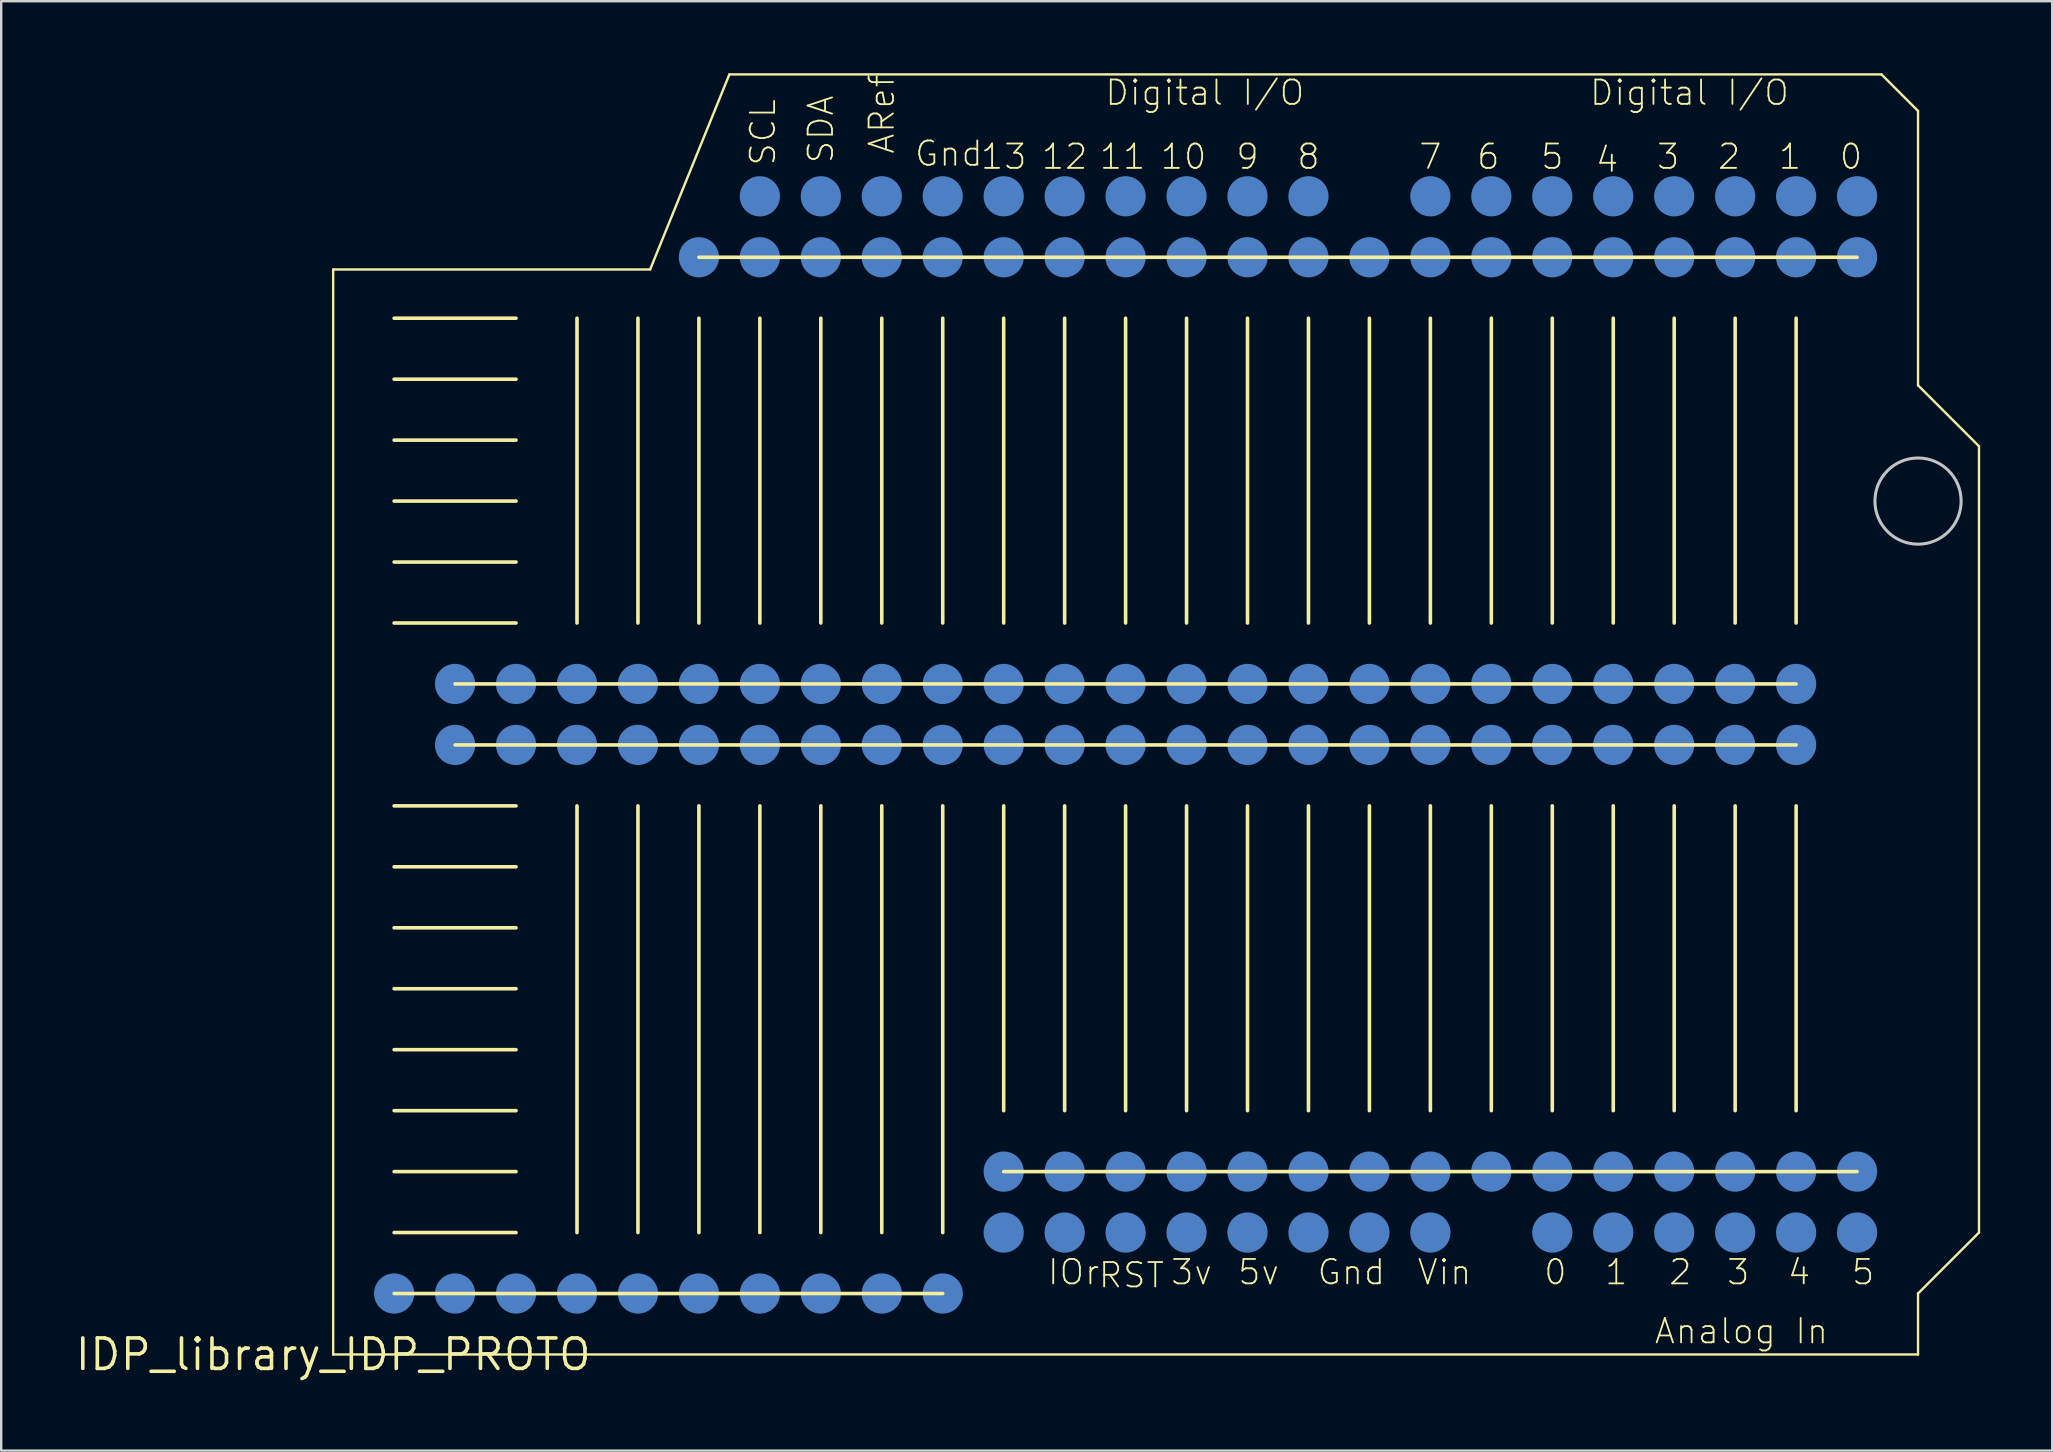
<source format=kicad_pcb>
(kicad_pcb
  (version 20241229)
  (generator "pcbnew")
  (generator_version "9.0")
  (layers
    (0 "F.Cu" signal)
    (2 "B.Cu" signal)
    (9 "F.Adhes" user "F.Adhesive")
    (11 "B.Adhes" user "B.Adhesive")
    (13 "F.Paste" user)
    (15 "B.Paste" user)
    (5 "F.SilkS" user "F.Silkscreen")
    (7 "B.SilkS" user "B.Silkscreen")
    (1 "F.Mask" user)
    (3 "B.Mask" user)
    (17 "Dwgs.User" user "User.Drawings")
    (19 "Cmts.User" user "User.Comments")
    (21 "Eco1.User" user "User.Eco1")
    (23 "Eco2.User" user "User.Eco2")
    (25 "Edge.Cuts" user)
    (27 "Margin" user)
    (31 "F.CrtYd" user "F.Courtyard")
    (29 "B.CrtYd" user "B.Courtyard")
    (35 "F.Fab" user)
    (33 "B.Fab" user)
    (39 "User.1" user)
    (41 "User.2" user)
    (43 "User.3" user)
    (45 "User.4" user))
  (footprint "IDP_library_IDP_PROTO"
    (layer "F.Cu")
    (at 10.833 53.39)
    (property "Reference" "IDP_library_IDP_PROTO" (at 0 0 0) (layer "F.SilkS") (effects (font (size 1.27 1.27) (thickness 0.15))))
    (attr smd)
    (fp_line (start 0 -45.212) (end 0 0) (stroke (width 0.1) (type solid)) (layer "F.SilkS"))
    (fp_line (start 0 0) (end 66.04 0) (stroke (width 0.1) (type solid)) (layer "F.SilkS"))
    (fp_line (start 2.54 -43.18) (end 7.62 -43.18) (stroke (width 0.15) (type solid)) (layer "F.SilkS"))
    (fp_line (start 2.54 -40.64) (end 7.62 -40.64) (stroke (width 0.15) (type solid)) (layer "F.SilkS"))
    (fp_line (start 2.54 -38.1) (end 7.62 -38.1) (stroke (width 0.15) (type solid)) (layer "F.SilkS"))
    (fp_line (start 2.54 -35.56) (end 7.62 -35.56) (stroke (width 0.15) (type solid)) (layer "F.SilkS"))
    (fp_line (start 2.54 -33.02) (end 7.62 -33.02) (stroke (width 0.15) (type solid)) (layer "F.SilkS"))
    (fp_line (start 2.54 -30.48) (end 7.62 -30.48) (stroke (width 0.15) (type solid)) (layer "F.SilkS"))
    (fp_line (start 2.54 -22.86) (end 7.62 -22.86) (stroke (width 0.15) (type solid)) (layer "F.SilkS"))
    (fp_line (start 2.54 -20.32) (end 7.62 -20.32) (stroke (width 0.15) (type solid)) (layer "F.SilkS"))
    (fp_line (start 2.54 -17.78) (end 7.62 -17.78) (stroke (width 0.15) (type solid)) (layer "F.SilkS"))
    (fp_line (start 2.54 -15.24) (end 7.62 -15.24) (stroke (width 0.15) (type solid)) (layer "F.SilkS"))
    (fp_line (start 2.54 -12.7) (end 7.62 -12.7) (stroke (width 0.15) (type solid)) (layer "F.SilkS"))
    (fp_line (start 2.54 -10.16) (end 7.62 -10.16) (stroke (width 0.15) (type solid)) (layer "F.SilkS"))
    (fp_line (start 2.54 -7.62) (end 7.62 -7.62) (stroke (width 0.15) (type solid)) (layer "F.SilkS"))
    (fp_line (start 2.54 -5.08) (end 7.62 -5.08) (stroke (width 0.15) (type solid)) (layer "F.SilkS"))
    (fp_line (start 5.08 -25.4) (end 60.96 -25.4) (stroke (width 0.15) (type solid)) (layer "F.SilkS"))
    (fp_line (start 10.16 -43.18) (end 10.16 -30.48) (stroke (width 0.15) (type solid)) (layer "F.SilkS"))
    (fp_line (start 10.16 -22.86) (end 10.16 -5.08) (stroke (width 0.15) (type solid)) (layer "F.SilkS"))
    (fp_line (start 12.7 -43.18) (end 12.7 -30.48) (stroke (width 0.15) (type solid)) (layer "F.SilkS"))
    (fp_line (start 12.7 -22.86) (end 12.7 -5.08) (stroke (width 0.15) (type solid)) (layer "F.SilkS"))
    (fp_line (start 13.208 -45.212) (end 0 -45.212) (stroke (width 0.1) (type solid)) (layer "F.SilkS"))
    (fp_line (start 15.24 -45.72) (end 63.5 -45.72) (stroke (width 0.15) (type solid)) (layer "F.SilkS"))
    (fp_line (start 15.24 -43.18) (end 15.24 -30.48) (stroke (width 0.15) (type solid)) (layer "F.SilkS"))
    (fp_line (start 15.24 -22.86) (end 15.24 -5.08) (stroke (width 0.15) (type solid)) (layer "F.SilkS"))
    (fp_line (start 16.51 -53.34) (end 13.208 -45.212) (stroke (width 0.1) (type solid)) (layer "F.SilkS"))
    (fp_line (start 17.78 -43.18) (end 17.78 -30.48) (stroke (width 0.15) (type solid)) (layer "F.SilkS"))
    (fp_line (start 17.78 -22.86) (end 17.78 -5.08) (stroke (width 0.15) (type solid)) (layer "F.SilkS"))
    (fp_line (start 20.32 -43.18) (end 20.32 -30.48) (stroke (width 0.15) (type solid)) (layer "F.SilkS"))
    (fp_line (start 20.32 -22.86) (end 20.32 -5.08) (stroke (width 0.15) (type solid)) (layer "F.SilkS"))
    (fp_line (start 22.86 -43.18) (end 22.86 -30.48) (stroke (width 0.15) (type solid)) (layer "F.SilkS"))
    (fp_line (start 22.86 -22.86) (end 22.86 -5.08) (stroke (width 0.15) (type solid)) (layer "F.SilkS"))
    (fp_line (start 25.4 -43.18) (end 25.4 -30.48) (stroke (width 0.15) (type solid)) (layer "F.SilkS"))
    (fp_line (start 25.4 -22.86) (end 25.4 -5.08) (stroke (width 0.15) (type solid)) (layer "F.SilkS"))
    (fp_line (start 25.4 -2.54) (end 2.54 -2.54) (stroke (width 0.15) (type solid)) (layer "F.SilkS"))
    (fp_line (start 27.94 -43.18) (end 27.94 -30.48) (stroke (width 0.15) (type solid)) (layer "F.SilkS"))
    (fp_line (start 27.94 -22.86) (end 27.94 -10.16) (stroke (width 0.15) (type solid)) (layer "F.SilkS"))
    (fp_line (start 27.94 -7.62) (end 63.5 -7.62) (stroke (width 0.15) (type solid)) (layer "F.SilkS"))
    (fp_line (start 30.48 -43.18) (end 30.48 -30.48) (stroke (width 0.15) (type solid)) (layer "F.SilkS"))
    (fp_line (start 30.48 -22.86) (end 30.48 -10.16) (stroke (width 0.15) (type solid)) (layer "F.SilkS"))
    (fp_line (start 33.02 -43.18) (end 33.02 -30.48) (stroke (width 0.15) (type solid)) (layer "F.SilkS"))
    (fp_line (start 33.02 -22.86) (end 33.02 -10.16) (stroke (width 0.15) (type solid)) (layer "F.SilkS"))
    (fp_line (start 35.56 -43.18) (end 35.56 -30.48) (stroke (width 0.15) (type solid)) (layer "F.SilkS"))
    (fp_line (start 35.56 -22.86) (end 35.56 -10.16) (stroke (width 0.15) (type solid)) (layer "F.SilkS"))
    (fp_line (start 38.1 -43.18) (end 38.1 -30.48) (stroke (width 0.15) (type solid)) (layer "F.SilkS"))
    (fp_line (start 38.1 -22.86) (end 38.1 -10.16) (stroke (width 0.15) (type solid)) (layer "F.SilkS"))
    (fp_line (start 40.64 -43.18) (end 40.64 -30.48) (stroke (width 0.15) (type solid)) (layer "F.SilkS"))
    (fp_line (start 40.64 -22.86) (end 40.64 -10.16) (stroke (width 0.15) (type solid)) (layer "F.SilkS"))
    (fp_line (start 43.18 -43.18) (end 43.18 -30.48) (stroke (width 0.15) (type solid)) (layer "F.SilkS"))
    (fp_line (start 43.18 -22.86) (end 43.18 -10.16) (stroke (width 0.15) (type solid)) (layer "F.SilkS"))
    (fp_line (start 45.72 -43.18) (end 45.72 -30.48) (stroke (width 0.15) (type solid)) (layer "F.SilkS"))
    (fp_line (start 45.72 -22.86) (end 45.72 -10.16) (stroke (width 0.15) (type solid)) (layer "F.SilkS"))
    (fp_line (start 48.26 -43.18) (end 48.26 -30.48) (stroke (width 0.15) (type solid)) (layer "F.SilkS"))
    (fp_line (start 48.26 -22.86) (end 48.26 -10.16) (stroke (width 0.15) (type solid)) (layer "F.SilkS"))
    (fp_line (start 50.8 -43.18) (end 50.8 -30.48) (stroke (width 0.15) (type solid)) (layer "F.SilkS"))
    (fp_line (start 50.8 -22.86) (end 50.8 -10.16) (stroke (width 0.15) (type solid)) (layer "F.SilkS"))
    (fp_line (start 53.34 -43.18) (end 53.34 -30.48) (stroke (width 0.15) (type solid)) (layer "F.SilkS"))
    (fp_line (start 53.34 -22.86) (end 53.34 -10.16) (stroke (width 0.15) (type solid)) (layer "F.SilkS"))
    (fp_line (start 55.88 -43.18) (end 55.88 -30.48) (stroke (width 0.15) (type solid)) (layer "F.SilkS"))
    (fp_line (start 55.88 -22.86) (end 55.88 -10.16) (stroke (width 0.15) (type solid)) (layer "F.SilkS"))
    (fp_line (start 58.42 -43.18) (end 58.42 -30.48) (stroke (width 0.15) (type solid)) (layer "F.SilkS"))
    (fp_line (start 58.42 -22.86) (end 58.42 -10.16) (stroke (width 0.15) (type solid)) (layer "F.SilkS"))
    (fp_line (start 60.96 -43.18) (end 60.96 -30.48) (stroke (width 0.15) (type solid)) (layer "F.SilkS"))
    (fp_line (start 60.96 -27.94) (end 5.08 -27.94) (stroke (width 0.15) (type solid)) (layer "F.SilkS"))
    (fp_line (start 60.96 -22.86) (end 60.96 -10.16) (stroke (width 0.15) (type solid)) (layer "F.SilkS"))
    (fp_line (start 64.516 -53.34) (end 16.51 -53.34) (stroke (width 0.1) (type solid)) (layer "F.SilkS"))
    (fp_line (start 66.04 -51.816) (end 64.516 -53.34) (stroke (width 0.1) (type solid)) (layer "F.SilkS"))
    (fp_line (start 66.04 -40.386) (end 66.04 -51.816) (stroke (width 0.1) (type solid)) (layer "F.SilkS"))
    (fp_line (start 66.04 -2.54) (end 68.58 -5.08) (stroke (width 0.1) (type solid)) (layer "F.SilkS"))
    (fp_line (start 66.04 0) (end 66.04 -2.54) (stroke (width 0.1) (type solid)) (layer "F.SilkS"))
    (fp_line (start 68.58 -37.846) (end 66.04 -40.386) (stroke (width 0.1) (type solid)) (layer "F.SilkS"))
    (fp_line (start 68.58 -5.08) (end 68.58 -37.846) (stroke (width 0.1) (type solid)) (layer "F.SilkS"))
    (fp_circle (center 66.04 -35.56) (end 66.04 -37.356) (stroke (width 0.127) (type solid)) (fill no) (layer "Dwgs.User"))
    (fp_text user "SDA" (at 20.32 -51.051 90) (layer "F.SilkS") (effects (font (size 1.016 1.016) (thickness 0.076))))
    (fp_text user "3" (at 58.547 -3.429 0) (layer "F.SilkS") (effects (font (size 1.016 1.016) (thickness 0.076))))
    (fp_text user "5" (at 50.8 -49.911 180) (layer "F.SilkS") (effects (font (size 1.016 1.016) (thickness 0.076))))
    (fp_text user "10" (at 35.433 -49.911 180) (layer "F.SilkS") (effects (font (size 1.016 1.016) (thickness 0.076))))
    (fp_text user "5v" (at 38.562 -3.429 0) (layer "F.SilkS") (effects (font (size 1.016 1.016) (thickness 0.076))))
    (fp_text user "11" (at 32.893 -49.911 180) (layer "F.SilkS") (effects (font (size 1.016 1.016) (thickness 0.076))))
    (fp_text user "1" (at 60.706 -49.911 180) (layer "F.SilkS") (effects (font (size 1.016 1.016) (thickness 0.076))))
    (fp_text user "2" (at 56.134 -3.429 0) (layer "F.SilkS") (effects (font (size 1.016 1.016) (thickness 0.076))))
    (fp_text user "Gnd" (at 42.426 -3.429 0) (layer "F.SilkS") (effects (font (size 1.016 1.016) (thickness 0.076))))
    (fp_text user "13" (at 27.94 -49.911 180) (layer "F.SilkS") (effects (font (size 1.016 1.016) (thickness 0.076))))
    (fp_text user "4" (at 53.086 -49.784 180) (layer "F.SilkS") (effects (font (size 1.016 1.016) (thickness 0.076))))
    (fp_text user "5" (at 63.751 -3.429 0) (layer "F.SilkS") (effects (font (size 1.016 1.016) (thickness 0.076))))
    (fp_text user "3v" (at 35.768 -3.429 0) (layer "F.SilkS") (effects (font (size 1.016 1.016) (thickness 0.076))))
    (fp_text user "6" (at 48.133 -49.911 180) (layer "F.SilkS") (effects (font (size 1.016 1.016) (thickness 0.076))))
    (fp_text user "Gnd" (at 25.654 -50.038 0) (layer "F.SilkS") (effects (font (size 1.016 1.016) (thickness 0.076))))
    (fp_text user "0" (at 63.246 -49.911 180) (layer "F.SilkS") (effects (font (size 1.016 1.016) (thickness 0.076))))
    (fp_text user "Digital I/O" (at 36.322 -52.578 0) (layer "F.SilkS") (effects (font (size 1.016 1.016) (thickness 0.076))))
    (fp_text user "IOr" (at 30.851 -3.429 0) (layer "F.SilkS") (effects (font (size 1.016 1.016) (thickness 0.076))))
    (fp_text user "ARef" (at 22.86 -51.689 90) (layer "F.SilkS") (effects (font (size 1.016 1.016) (thickness 0.076))))
    (fp_text user "9" (at 38.1 -49.911 180) (layer "F.SilkS") (effects (font (size 1.016 1.016) (thickness 0.076))))
    (fp_text user "4" (at 61.084 -3.429 0) (layer "F.SilkS") (effects (font (size 1.016 1.016) (thickness 0.076))))
    (fp_text user "SCL" (at 17.907 -50.927 90) (layer "F.SilkS") (effects (font (size 1.016 1.016) (thickness 0.076))))
    (fp_text user "7" (at 45.72 -49.911 180) (layer "F.SilkS") (effects (font (size 1.016 1.016) (thickness 0.076))))
    (fp_text user "12" (at 30.48 -49.911 180) (layer "F.SilkS") (effects (font (size 1.016 1.016) (thickness 0.076))))
    (fp_text user "2" (at 58.166 -49.911 180) (layer "F.SilkS") (effects (font (size 1.016 1.016) (thickness 0.076))))
    (fp_text user "Vin" (at 46.309 -3.429 0) (layer "F.SilkS") (effects (font (size 1.016 1.016) (thickness 0.076))))
    (fp_text user "1" (at 53.467 -3.429 0) (layer "F.SilkS") (effects (font (size 1.016 1.016) (thickness 0.076))))
    (fp_text user "0" (at 50.927 -3.429 0) (layer "F.SilkS") (effects (font (size 1.016 1.016) (thickness 0.076))))
    (fp_text user "Digital I/O" (at 56.515 -52.578 0) (layer "F.SilkS") (effects (font (size 1.016 1.016) (thickness 0.076))))
    (fp_text user "RST" (at 33.264 -3.302 0) (layer "F.SilkS") (effects (font (size 1.016 1.016) (thickness 0.076))))
    (fp_text user "Analog In" (at 58.682 -0.97 0) (layer "F.SilkS") (effects (font (size 1.016 1.016) (thickness 0.076))))
    (fp_text user "3" (at 55.626 -49.911 180) (layer "F.SilkS") (effects (font (size 1.016 1.016) (thickness 0.076))))
    (fp_text user "8" (at 40.64 -49.911 180) (layer "F.SilkS") (effects (font (size 1.016 1.016) (thickness 0.076))))
    (pad "3V" smd circle (at 35.56 -5.08) (size 1.676 1.676) (layers "B.Cu" "B.Mask"))
    (pad "5V" smd circle (at 38.1 -5.08) (size 1.676 1.676) (layers "B.Cu" "B.Mask"))
    (pad "5V@0" smd circle (at 15.24 -45.72) (size 1.676 1.676) (layers "B.Cu" "B.Mask"))
    (pad "5V@1" smd circle (at 17.78 -45.72) (size 1.676 1.676) (layers "B.Cu" "B.Mask"))
    (pad "5V@2" smd circle (at 20.32 -45.72) (size 1.676 1.676) (layers "B.Cu" "B.Mask"))
    (pad "5V@3" smd circle (at 22.86 -45.72) (size 1.676 1.676) (layers "B.Cu" "B.Mask"))
    (pad "5V@4" smd circle (at 25.4 -45.72) (size 1.676 1.676) (layers "B.Cu" "B.Mask"))
    (pad "5V@5" smd circle (at 27.94 -45.72) (size 1.676 1.676) (layers "B.Cu" "B.Mask"))
    (pad "5V@6" smd circle (at 30.48 -45.72) (size 1.676 1.676) (layers "B.Cu" "B.Mask"))
    (pad "5V@7" smd circle (at 33.02 -45.72) (size 1.676 1.676) (layers "B.Cu" "B.Mask"))
    (pad "5V@8" smd circle (at 35.56 -45.72) (size 1.676 1.676) (layers "B.Cu" "B.Mask"))
    (pad "5V@9" smd circle (at 38.1 -45.72) (size 1.676 1.676) (layers "B.Cu" "B.Mask"))
    (pad "5V@10" smd circle (at 40.64 -45.72) (size 1.676 1.676) (layers "B.Cu" "B.Mask"))
    (pad "5V@11" smd circle (at 43.18 -45.72) (size 1.676 1.676) (layers "B.Cu" "B.Mask"))
    (pad "5V@12" smd circle (at 45.72 -45.72) (size 1.676 1.676) (layers "B.Cu" "B.Mask"))
    (pad "5V@13" smd circle (at 48.26 -45.72) (size 1.676 1.676) (layers "B.Cu" "B.Mask"))
    (pad "5V@14" smd circle (at 50.8 -45.72) (size 1.676 1.676) (layers "B.Cu" "B.Mask"))
    (pad "5V@15" smd circle (at 53.34 -45.72) (size 1.676 1.676) (layers "B.Cu" "B.Mask"))
    (pad "5V@16" smd circle (at 55.88 -45.72) (size 1.676 1.676) (layers "B.Cu" "B.Mask"))
    (pad "5V@17" smd circle (at 58.42 -45.72) (size 1.676 1.676) (layers "B.Cu" "B.Mask"))
    (pad "5V@18" smd circle (at 5.08 -25.4) (size 1.676 1.676) (layers "B.Cu" "B.Mask"))
    (pad "5V@19" smd circle (at 7.62 -25.4) (size 1.676 1.676) (layers "B.Cu" "B.Mask"))
    (pad "5V@20" smd circle (at 10.16 -25.4) (size 1.676 1.676) (layers "B.Cu" "B.Mask"))
    (pad "5V@21" smd circle (at 12.7 -25.4) (size 1.676 1.676) (layers "B.Cu" "B.Mask"))
    (pad "5V@22" smd circle (at 15.24 -25.4) (size 1.676 1.676) (layers "B.Cu" "B.Mask"))
    (pad "5V@23" smd circle (at 17.78 -25.4) (size 1.676 1.676) (layers "B.Cu" "B.Mask"))
    (pad "5V@24" smd circle (at 20.32 -25.4) (size 1.676 1.676) (layers "B.Cu" "B.Mask"))
    (pad "5V@25" smd circle (at 22.86 -25.4) (size 1.676 1.676) (layers "B.Cu" "B.Mask"))
    (pad "5V@26" smd circle (at 25.4 -25.4) (size 1.676 1.676) (layers "B.Cu" "B.Mask"))
    (pad "5V@27" smd circle (at 27.94 -25.4) (size 1.676 1.676) (layers "B.Cu" "B.Mask"))
    (pad "5V@28" smd circle (at 30.48 -25.4) (size 1.676 1.676) (layers "B.Cu" "B.Mask"))
    (pad "5V@29" smd circle (at 33.02 -25.4) (size 1.676 1.676) (layers "B.Cu" "B.Mask"))
    (pad "5V@30" smd circle (at 35.56 -25.4) (size 1.676 1.676) (layers "B.Cu" "B.Mask"))
    (pad "5V@31" smd circle (at 38.1 -25.4) (size 1.676 1.676) (layers "B.Cu" "B.Mask"))
    (pad "5V@32" smd circle (at 40.64 -25.4) (size 1.676 1.676) (layers "B.Cu" "B.Mask"))
    (pad "5V@33" smd circle (at 43.18 -25.4) (size 1.676 1.676) (layers "B.Cu" "B.Mask"))
    (pad "5V@34" smd circle (at 45.72 -25.4) (size 1.676 1.676) (layers "B.Cu" "B.Mask"))
    (pad "5V@35" smd circle (at 48.26 -25.4) (size 1.676 1.676) (layers "B.Cu" "B.Mask"))
    (pad "5V@36" smd circle (at 50.8 -25.4) (size 1.676 1.676) (layers "B.Cu" "B.Mask"))
    (pad "5V@37" smd circle (at 53.34 -25.4) (size 1.676 1.676) (layers "B.Cu" "B.Mask"))
    (pad "5V@38" smd circle (at 55.88 -25.4) (size 1.676 1.676) (layers "B.Cu" "B.Mask"))
    (pad "5V@39" smd circle (at 58.42 -25.4) (size 1.676 1.676) (layers "B.Cu" "B.Mask"))
    (pad "5V@40" smd circle (at 60.96 -25.4) (size 1.676 1.676) (layers "B.Cu" "B.Mask"))
    (pad "5V@41" smd circle (at 60.96 -45.72) (size 1.676 1.676) (layers "B.Cu" "B.Mask"))
    (pad "5V@42" smd circle (at 63.5 -45.72) (size 1.676 1.676) (layers "B.Cu" "B.Mask"))
    (pad "A0" smd circle (at 50.8 -5.08) (size 1.676 1.676) (layers "B.Cu" "B.Mask"))
    (pad "A1" smd circle (at 53.34 -5.08) (size 1.676 1.676) (layers "B.Cu" "B.Mask"))
    (pad "A2" smd circle (at 55.88 -5.08) (size 1.676 1.676) (layers "B.Cu" "B.Mask"))
    (pad "A3" smd circle (at 58.42 -5.08) (size 1.676 1.676) (layers "B.Cu" "B.Mask"))
    (pad "A4" smd circle (at 60.96 -5.08) (size 1.676 1.676) (layers "B.Cu" "B.Mask"))
    (pad "A5" smd circle (at 63.5 -5.08) (size 1.676 1.676) (layers "B.Cu" "B.Mask"))
    (pad "AREF" smd circle (at 22.86 -48.26) (size 1.676 1.676) (layers "B.Cu" "B.Mask"))
    (pad "D0" smd circle (at 63.5 -48.26 180) (size 1.676 1.676) (layers "B.Cu" "B.Mask"))
    (pad "D1" smd circle (at 60.96 -48.26 180) (size 1.676 1.676) (layers "B.Cu" "B.Mask"))
    (pad "D2" smd circle (at 58.42 -48.26 180) (size 1.676 1.676) (layers "B.Cu" "B.Mask"))
    (pad "D3" smd circle (at 55.88 -48.26 180) (size 1.676 1.676) (layers "B.Cu" "B.Mask"))
    (pad "D4" smd circle (at 53.34 -48.26 180) (size 1.676 1.676) (layers "B.Cu" "B.Mask"))
    (pad "D5" smd circle (at 50.8 -48.26 180) (size 1.676 1.676) (layers "B.Cu" "B.Mask"))
    (pad "D6" smd circle (at 48.26 -48.26 180) (size 1.676 1.676) (layers "B.Cu" "B.Mask"))
    (pad "D7" smd circle (at 45.72 -48.26 180) (size 1.676 1.676) (layers "B.Cu" "B.Mask"))
    (pad "D8" smd circle (at 40.64 -48.26 180) (size 1.676 1.676) (layers "B.Cu" "B.Mask"))
    (pad "D9" smd circle (at 38.1 -48.26 180) (size 1.676 1.676) (layers "B.Cu" "B.Mask"))
    (pad "D10" smd circle (at 35.56 -48.26 180) (size 1.676 1.676) (layers "B.Cu" "B.Mask"))
    (pad "D11" smd circle (at 33.02 -48.26 180) (size 1.676 1.676) (layers "B.Cu" "B.Mask"))
    (pad "D12" smd circle (at 30.48 -48.26 180) (size 1.676 1.676) (layers "B.Cu" "B.Mask"))
    (pad "D13" smd circle (at 27.94 -48.26 180) (size 1.676 1.676) (layers "B.Cu" "B.Mask"))
    (pad "GND" smd circle (at 25.4 -48.26) (size 1.676 1.676) (layers "B.Cu" "B.Mask"))
    (pad "GND16" smd circle (at 2.54 -2.54) (size 1.676 1.676) (layers "B.Cu" "B.Mask"))
    (pad "GND17" smd circle (at 5.08 -2.54) (size 1.676 1.676) (layers "B.Cu" "B.Mask"))
    (pad "GND18" smd circle (at 7.62 -2.54) (size 1.676 1.676) (layers "B.Cu" "B.Mask"))
    (pad "GND19" smd circle (at 10.16 -2.54) (size 1.676 1.676) (layers "B.Cu" "B.Mask"))
    (pad "GND20" smd circle (at 12.7 -2.54) (size 1.676 1.676) (layers "B.Cu" "B.Mask"))
    (pad "GND21" smd circle (at 15.24 -2.54) (size 1.676 1.676) (layers "B.Cu" "B.Mask"))
    (pad "GND22" smd circle (at 17.78 -2.54) (size 1.676 1.676) (layers "B.Cu" "B.Mask"))
    (pad "GND23" smd circle (at 20.32 -2.54) (size 1.676 1.676) (layers "B.Cu" "B.Mask"))
    (pad "GND24" smd circle (at 22.86 -2.54) (size 1.676 1.676) (layers "B.Cu" "B.Mask"))
    (pad "GND25" smd circle (at 25.4 -2.54) (size 1.676 1.676) (layers "B.Cu" "B.Mask"))
    (pad "GND@1" smd circle (at 43.18 -5.08) (size 1.676 1.676) (layers "B.Cu" "B.Mask"))
    (pad "GND@2" smd circle (at 40.64 -5.08) (size 1.676 1.676) (layers "B.Cu" "B.Mask"))
    (pad "GND@3" smd circle (at 27.94 -7.62) (size 1.676 1.676) (layers "B.Cu" "B.Mask"))
    (pad "GND@4" smd circle (at 30.48 -7.62) (size 1.676 1.676) (layers "B.Cu" "B.Mask"))
    (pad "GND@5" smd circle (at 33.02 -7.62) (size 1.676 1.676) (layers "B.Cu" "B.Mask"))
    (pad "GND@6" smd circle (at 35.56 -7.62) (size 1.676 1.676) (layers "B.Cu" "B.Mask"))
    (pad "GND@7" smd circle (at 38.1 -7.62) (size 1.676 1.676) (layers "B.Cu" "B.Mask"))
    (pad "GND@8" smd circle (at 40.64 -7.62) (size 1.676 1.676) (layers "B.Cu" "B.Mask"))
    (pad "GND@9" smd circle (at 43.18 -7.62) (size 1.676 1.676) (layers "B.Cu" "B.Mask"))
    (pad "GND@10" smd circle (at 45.72 -7.62) (size 1.676 1.676) (layers "B.Cu" "B.Mask"))
    (pad "GND@11" smd circle (at 48.26 -7.62) (size 1.676 1.676) (layers "B.Cu" "B.Mask"))
    (pad "GND@12" smd circle (at 50.8 -7.62) (size 1.676 1.676) (layers "B.Cu" "B.Mask"))
    (pad "GND@13" smd circle (at 53.34 -7.62) (size 1.676 1.676) (layers "B.Cu" "B.Mask"))
    (pad "GND@14" smd circle (at 55.88 -7.62) (size 1.676 1.676) (layers "B.Cu" "B.Mask"))
    (pad "GND@15" smd circle (at 58.42 -7.62) (size 1.676 1.676) (layers "B.Cu" "B.Mask"))
    (pad "GND@16" smd circle (at 60.96 -7.62) (size 1.676 1.676) (layers "B.Cu" "B.Mask"))
    (pad "GND@17" smd circle (at 63.5 -7.62) (size 1.676 1.676) (layers "B.Cu" "B.Mask"))
    (pad "GND@26" smd circle (at 5.08 -27.94) (size 1.676 1.676) (layers "B.Cu" "B.Mask"))
    (pad "GND@27" smd circle (at 7.62 -27.94) (size 1.676 1.676) (layers "B.Cu" "B.Mask"))
    (pad "GND@28" smd circle (at 10.16 -27.94) (size 1.676 1.676) (layers "B.Cu" "B.Mask"))
    (pad "GND@29" smd circle (at 12.7 -27.94) (size 1.676 1.676) (layers "B.Cu" "B.Mask"))
    (pad "GND@30" smd circle (at 15.24 -27.94) (size 1.676 1.676) (layers "B.Cu" "B.Mask"))
    (pad "GND@31" smd circle (at 17.78 -27.94) (size 1.676 1.676) (layers "B.Cu" "B.Mask"))
    (pad "GND@32" smd circle (at 20.32 -27.94) (size 1.676 1.676) (layers "B.Cu" "B.Mask"))
    (pad "GND@33" smd circle (at 22.86 -27.94) (size 1.676 1.676) (layers "B.Cu" "B.Mask"))
    (pad "GND@34" smd circle (at 25.4 -27.94) (size 1.676 1.676) (layers "B.Cu" "B.Mask"))
    (pad "GND@35" smd circle (at 27.94 -27.94) (size 1.676 1.676) (layers "B.Cu" "B.Mask"))
    (pad "GND@36" smd circle (at 30.48 -27.94) (size 1.676 1.676) (layers "B.Cu" "B.Mask"))
    (pad "GND@37" smd circle (at 33.02 -27.94) (size 1.676 1.676) (layers "B.Cu" "B.Mask"))
    (pad "GND@38" smd circle (at 35.56 -27.94) (size 1.676 1.676) (layers "B.Cu" "B.Mask"))
    (pad "GND@39" smd circle (at 38.1 -27.94) (size 1.676 1.676) (layers "B.Cu" "B.Mask"))
    (pad "GND@40" smd circle (at 40.64 -27.94) (size 1.676 1.676) (layers "B.Cu" "B.Mask"))
    (pad "GND@41" smd circle (at 43.18 -27.94) (size 1.676 1.676) (layers "B.Cu" "B.Mask"))
    (pad "GND@42" smd circle (at 45.72 -27.94) (size 1.676 1.676) (layers "B.Cu" "B.Mask"))
    (pad "GND@43" smd circle (at 48.26 -27.94) (size 1.676 1.676) (layers "B.Cu" "B.Mask"))
    (pad "GND@44" smd circle (at 50.8 -27.94) (size 1.676 1.676) (layers "B.Cu" "B.Mask"))
    (pad "GND@45" smd circle (at 53.34 -27.94) (size 1.676 1.676) (layers "B.Cu" "B.Mask"))
    (pad "GND@46" smd circle (at 55.88 -27.94) (size 1.676 1.676) (layers "B.Cu" "B.Mask"))
    (pad "GND@47" smd circle (at 58.42 -27.94) (size 1.676 1.676) (layers "B.Cu" "B.Mask"))
    (pad "GND@48" smd circle (at 60.96 -27.94) (size 1.676 1.676) (layers "B.Cu" "B.Mask"))
    (pad "IOREF" smd circle (at 30.48 -5.08) (size 1.676 1.676) (layers "B.Cu" "B.Mask"))
    (pad "RESERVED" smd circle (at 27.94 -5.08) (size 1.676 1.676) (layers "B.Cu" "B.Mask"))
    (pad "RESET" smd circle (at 33.02 -5.08) (size 1.676 1.676) (layers "B.Cu" "B.Mask"))
    (pad "SCL" smd circle (at 17.78 -48.26) (size 1.676 1.676) (layers "B.Cu" "B.Mask"))
    (pad "SDA" smd circle (at 20.32 -48.26) (size 1.676 1.676) (layers "B.Cu" "B.Mask"))
    (pad "VIN" smd circle (at 45.72 -5.08) (size 1.676 1.676) (layers "B.Cu" "B.Mask")))
  (gr_rect
    (start -3 -3)
    (end 82.463 57.396)
    (stroke (width 0.1) (type default))
    (fill no)
    (layer "Edge.Cuts")))
</source>
